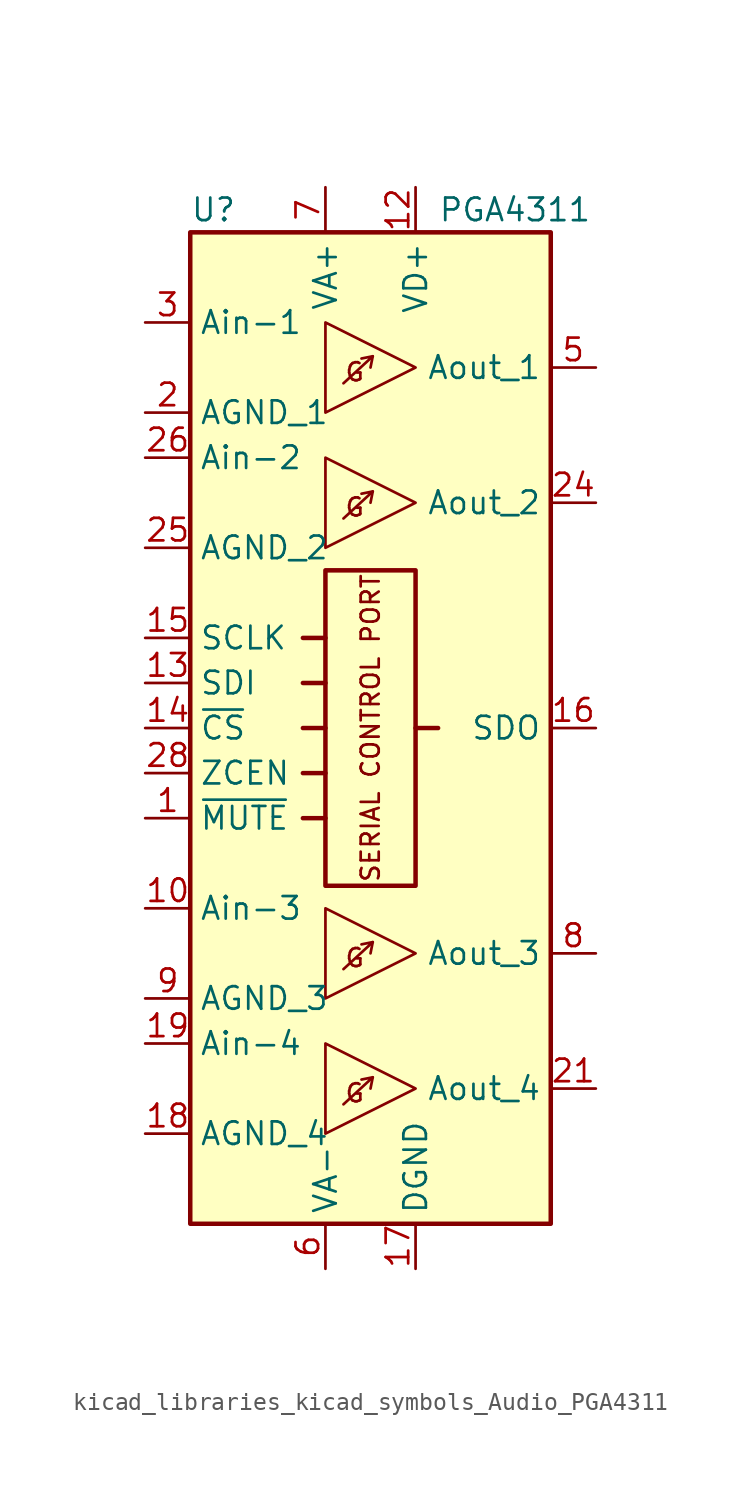
<source format=kicad_sym>
(kicad_symbol_lib
  (version 20220914)
  (generator kicad_symbol_editor)
  (symbol "kicad_libraries_kicad_symbols_Audio_PGA4311"
    (property "Reference" "U"
      (at -10.16 29.21 0)
      (effects (font (size 1.27 1.27)) (justify left)))
    (property "Value" "PGA4311"
      (at 3.81 29.21 0)
      (effects (font (size 1.27 1.27)) (justify left)))
    (symbol "kicad_libraries_kicad_symbols_Audio_PGA4311_0_0"
      (rectangle (start -2.54 8.89) (end 2.54 -8.89) (stroke (width 0.254) (type default)) (fill (type none)))
      (polyline (pts (xy -3.81 -5.08) (xy -2.54 -5.08)) (stroke (width 0.254) (type default)) (fill (type none)))
      (polyline (pts (xy -3.81 0) (xy -2.54 0)) (stroke (width 0.254) (type default)) (fill (type none)))
      (polyline (pts (xy -3.81 2.54) (xy -2.54 2.54)) (stroke (width 0.254) (type default)) (fill (type none)))
      (polyline (pts (xy -3.81 5.08) (xy -2.54 5.08)) (stroke (width 0.254) (type default)) (fill (type none)))
      (polyline (pts (xy -2.54 -2.54) (xy -3.81 -2.54)) (stroke (width 0.254) (type default)) (fill (type none)))
      (polyline (pts (xy 0.127 -19.685) (xy 0 -20.32)) (stroke (width 0) (type default)) (fill (type none)))
      (polyline (pts (xy 0.127 -12.065) (xy 0 -12.7)) (stroke (width 0) (type default)) (fill (type none)))
      (polyline (pts (xy 0.127 13.335) (xy 0 12.7)) (stroke (width 0) (type default)) (fill (type none)))
      (polyline (pts (xy 0.127 20.955) (xy 0 20.32)) (stroke (width 0) (type default)) (fill (type none)))
      (polyline (pts (xy 2.54 0) (xy 3.81 0)) (stroke (width 0.254) (type default)) (fill (type none)))
      (polyline (pts (xy -1.524 -21.209) (xy 0.127 -19.685) (xy -0.508 -19.812)) (stroke (width 0) (type default)) (fill (type none)))
      (polyline (pts (xy -1.524 -13.589) (xy 0.127 -12.065) (xy -0.508 -12.192)) (stroke (width 0) (type default)) (fill (type none)))
      (polyline (pts (xy -1.524 11.811) (xy 0.127 13.335) (xy -0.508 13.208)) (stroke (width 0) (type default)) (fill (type none)))
      (polyline (pts (xy -1.524 19.431) (xy 0.127 20.955) (xy -0.508 20.828)) (stroke (width 0) (type default)) (fill (type none)))
      (text "G" (at -0.889 -20.574 0) (effects (font (size 1.016 1.016))))
      (text "G" (at -0.889 -12.954 0) (effects (font (size 1.016 1.016))))
      (text "G" (at -0.889 12.446 0) (effects (font (size 1.016 1.016))))
      (text "G" (at -0.889 20.066 0) (effects (font (size 1.016 1.016))))
      (text "SERIAL CONTROL PORT" (at 0 0 900) (effects (font (size 1.016 1.016))))
      (pin input line (at -12.7 -5.08 0) (length 2.54) (name "~{MUTE}" (effects (font (size 1.27 1.27)))) (number "1" (effects (font (size 1.27 1.27))))))
    (symbol "kicad_libraries_kicad_symbols_Audio_PGA4311_0_1"
      (rectangle (start -10.16 27.94) (end 10.16 -27.94) (stroke (width 0.254) (type default)) (fill (type background)))
      (polyline (pts (xy -2.54 -17.78) (xy 2.54 -20.32) (xy -2.54 -22.86) (xy -2.54 -17.78)) (stroke (width 0) (type default)) (fill (type none)))
      (polyline (pts (xy -2.54 -10.16) (xy 2.54 -12.7) (xy -2.54 -15.24) (xy -2.54 -10.16)) (stroke (width 0) (type default)) (fill (type none)))
      (polyline (pts (xy -2.54 15.24) (xy 2.54 12.7) (xy -2.54 10.16) (xy -2.54 15.24)) (stroke (width 0) (type default)) (fill (type none)))
      (polyline (pts (xy -2.54 22.86) (xy 2.54 20.32) (xy -2.54 17.78) (xy -2.54 22.86)) (stroke (width 0) (type default)) (fill (type none))))
    (symbol "kicad_libraries_kicad_symbols_Audio_PGA4311_1_1"
      (pin input line (at -12.7 -10.16 0) (length 2.54) (name "Ain-3" (effects (font (size 1.27 1.27)))) (number "10" (effects (font (size 1.27 1.27)))))
      (pin passive line (at -12.7 -15.24 0) (length 2.54) hide (name "AGND_3" (effects (font (size 1.27 1.27)))) (number "11" (effects (font (size 1.27 1.27)))))
      (pin power_in line (at 2.54 30.48 270) (length 2.54) (name "VD+" (effects (font (size 1.27 1.27)))) (number "12" (effects (font (size 1.27 1.27)))))
      (pin input line (at -12.7 2.54 0) (length 2.54) (name "SDI" (effects (font (size 1.27 1.27)))) (number "13" (effects (font (size 1.27 1.27)))))
      (pin input line (at -12.7 0 0) (length 2.54) (name "~{CS}" (effects (font (size 1.27 1.27)))) (number "14" (effects (font (size 1.27 1.27)))))
      (pin input line (at -12.7 5.08 0) (length 2.54) (name "SCLK" (effects (font (size 1.27 1.27)))) (number "15" (effects (font (size 1.27 1.27)))))
      (pin output line (at 12.7 0 180) (length 2.54) (name "SDO" (effects (font (size 1.27 1.27)))) (number "16" (effects (font (size 1.27 1.27)))))
      (pin power_in line (at 2.54 -30.48 90) (length 2.54) (name "DGND" (effects (font (size 1.27 1.27)))) (number "17" (effects (font (size 1.27 1.27)))))
      (pin power_in line (at -12.7 -22.86 0) (length 2.54) (name "AGND_4" (effects (font (size 1.27 1.27)))) (number "18" (effects (font (size 1.27 1.27)))))
      (pin input line (at -12.7 -17.78 0) (length 2.54) (name "Ain-4" (effects (font (size 1.27 1.27)))) (number "19" (effects (font (size 1.27 1.27)))))
      (pin power_in line (at -12.7 17.78 0) (length 2.54) (name "AGND_1" (effects (font (size 1.27 1.27)))) (number "2" (effects (font (size 1.27 1.27)))))
      (pin passive line (at -12.7 -22.86 0) (length 2.54) hide (name "AGND_4" (effects (font (size 1.27 1.27)))) (number "20" (effects (font (size 1.27 1.27)))))
      (pin output line (at 12.7 -20.32 180) (length 2.54) (name "Aout_4" (effects (font (size 1.27 1.27)))) (number "21" (effects (font (size 1.27 1.27)))))
      (pin passive line (at -2.54 30.48 270) (length 2.54) hide (name "VA+" (effects (font (size 1.27 1.27)))) (number "22" (effects (font (size 1.27 1.27)))))
      (pin passive line (at -2.54 -30.48 90) (length 2.54) hide (name "VA-" (effects (font (size 1.27 1.27)))) (number "23" (effects (font (size 1.27 1.27)))))
      (pin output line (at 12.7 12.7 180) (length 2.54) (name "Aout_2" (effects (font (size 1.27 1.27)))) (number "24" (effects (font (size 1.27 1.27)))))
      (pin power_in line (at -12.7 10.16 0) (length 2.54) (name "AGND_2" (effects (font (size 1.27 1.27)))) (number "25" (effects (font (size 1.27 1.27)))))
      (pin input line (at -12.7 15.24 0) (length 2.54) (name "Ain-2" (effects (font (size 1.27 1.27)))) (number "26" (effects (font (size 1.27 1.27)))))
      (pin passive line (at -12.7 10.16 0) (length 2.54) hide (name "AGND_2" (effects (font (size 1.27 1.27)))) (number "27" (effects (font (size 1.27 1.27)))))
      (pin input line (at -12.7 -2.54 0) (length 2.54) (name "ZCEN" (effects (font (size 1.27 1.27)))) (number "28" (effects (font (size 1.27 1.27)))))
      (pin input line (at -12.7 22.86 0) (length 2.54) (name "Ain-1" (effects (font (size 1.27 1.27)))) (number "3" (effects (font (size 1.27 1.27)))))
      (pin passive line (at -12.7 17.78 0) (length 2.54) hide (name "AGND_1" (effects (font (size 1.27 1.27)))) (number "4" (effects (font (size 1.27 1.27)))))
      (pin output line (at 12.7 20.32 180) (length 2.54) (name "Aout_1" (effects (font (size 1.27 1.27)))) (number "5" (effects (font (size 1.27 1.27)))))
      (pin power_in line (at -2.54 -30.48 90) (length 2.54) (name "VA-" (effects (font (size 1.27 1.27)))) (number "6" (effects (font (size 1.27 1.27)))))
      (pin power_in line (at -2.54 30.48 270) (length 2.54) (name "VA+" (effects (font (size 1.27 1.27)))) (number "7" (effects (font (size 1.27 1.27)))))
      (pin output line (at 12.7 -12.7 180) (length 2.54) (name "Aout_3" (effects (font (size 1.27 1.27)))) (number "8" (effects (font (size 1.27 1.27)))))
      (pin power_in line (at -12.7 -15.24 0) (length 2.54) (name "AGND_3" (effects (font (size 1.27 1.27)))) (number "9" (effects (font (size 1.27 1.27))))))))
</source>
